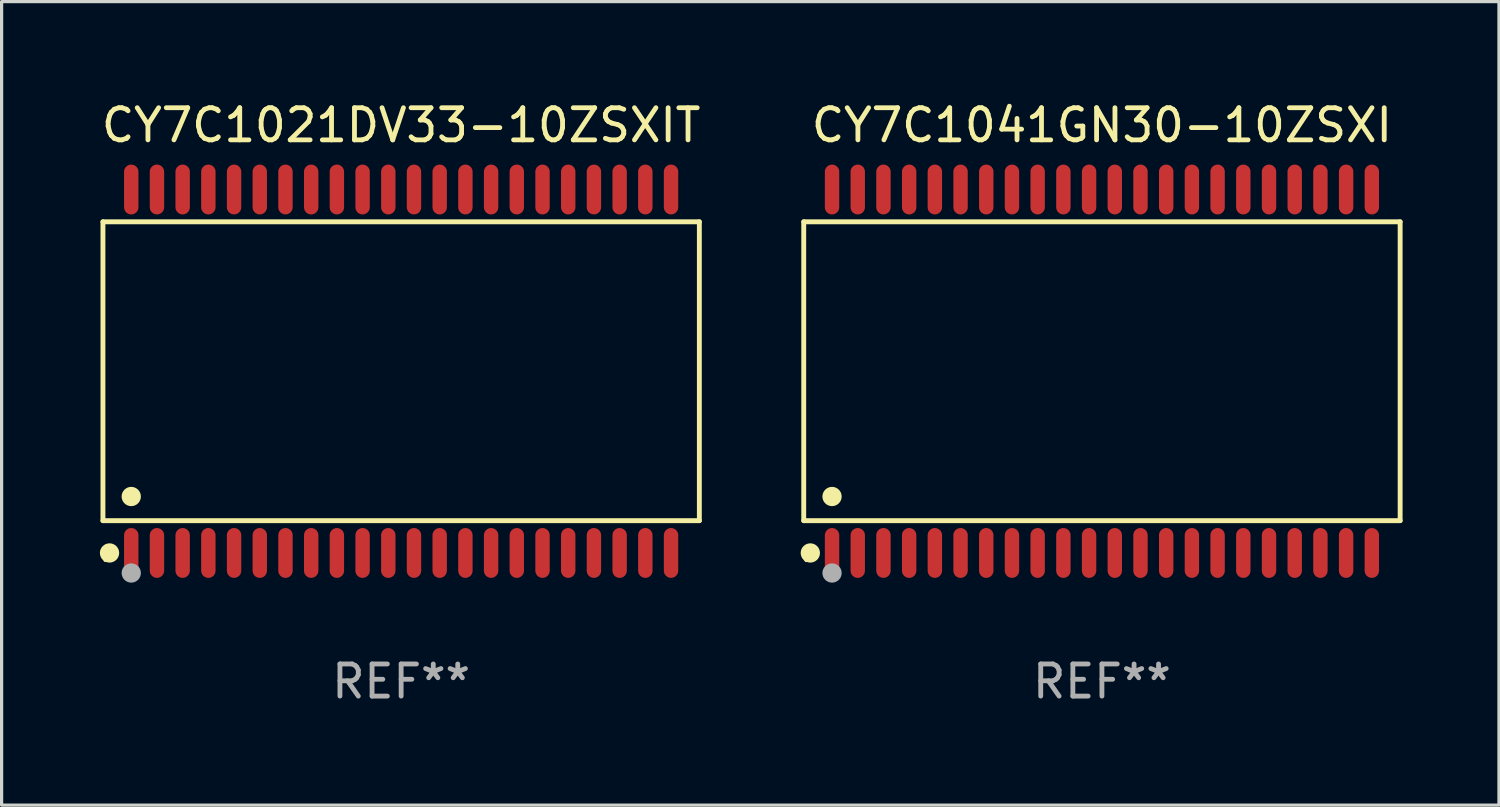
<source format=kicad_pcb>
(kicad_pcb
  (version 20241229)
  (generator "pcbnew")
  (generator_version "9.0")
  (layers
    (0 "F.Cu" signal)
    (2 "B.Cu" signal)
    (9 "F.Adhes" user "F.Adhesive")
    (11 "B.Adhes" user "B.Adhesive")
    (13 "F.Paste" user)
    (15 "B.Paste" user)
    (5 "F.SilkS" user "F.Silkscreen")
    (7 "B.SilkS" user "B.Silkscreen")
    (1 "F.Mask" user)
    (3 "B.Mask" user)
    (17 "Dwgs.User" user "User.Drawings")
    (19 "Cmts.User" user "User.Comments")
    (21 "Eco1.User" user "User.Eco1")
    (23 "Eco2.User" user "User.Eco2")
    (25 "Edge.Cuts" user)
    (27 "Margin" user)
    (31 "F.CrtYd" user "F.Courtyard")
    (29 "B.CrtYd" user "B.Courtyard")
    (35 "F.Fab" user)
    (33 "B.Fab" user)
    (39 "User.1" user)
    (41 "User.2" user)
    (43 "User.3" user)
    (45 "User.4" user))
  (footprint "CY7C1041GN30-10ZSXI"
    (layer "F.Cu")
    (at 31.246 8.504)
    (property "Reference" "CY7C1041GN30-10ZSXI" (at 0 -7.656 0) (layer "F.SilkS") (effects (font (size 1 1) (thickness 0.15))))
    (attr through_hole)
    (fp_line (start -9.281 -4.651) (end 9.281 -4.651) (stroke (width 0.152) (type solid)) (layer "F.SilkS"))
    (fp_line (start -9.281 4.651) (end -9.281 -4.651) (stroke (width 0.152) (type solid)) (layer "F.SilkS"))
    (fp_line (start 9.281 -4.651) (end 9.281 4.651) (stroke (width 0.152) (type solid)) (layer "F.SilkS"))
    (fp_line (start 9.281 4.651) (end -9.281 4.651) (stroke (width 0.152) (type solid)) (layer "F.SilkS"))
    (fp_circle (center -9.205 5.88) (end -9.175 5.88) (stroke (width 0.06) (type solid)) (fill no) (layer "F.SilkS"))
    (fp_circle (center -9.076 5.656) (end -8.926 5.656) (stroke (width 0.3) (type solid)) (fill no) (layer "F.SilkS"))
    (fp_circle (center -8.4 3.899) (end -8.25 3.899) (stroke (width 0.3) (type solid)) (fill no) (layer "F.SilkS"))
    (fp_circle (center -8.4 6.28) (end -8.25 6.28) (stroke (width 0.3) (type solid)) (fill no) (layer "F.Fab"))
    (fp_text user "REF**" (at 0 9.656 0) (layer "F.Fab") (effects (font (size 1 1) (thickness 0.15))))
    (pad "1" smd oval (at -8.4 5.656) (size 0.448 1.551) (layers "F.Cu" "F.Mask" "F.Paste"))
    (pad "2" smd oval (at -7.6 5.656) (size 0.448 1.551) (layers "F.Cu" "F.Mask" "F.Paste"))
    (pad "3" smd oval (at -6.8 5.656) (size 0.448 1.551) (layers "F.Cu" "F.Mask" "F.Paste"))
    (pad "4" smd oval (at -6 5.656) (size 0.448 1.551) (layers "F.Cu" "F.Mask" "F.Paste"))
    (pad "5" smd oval (at -5.2 5.656) (size 0.448 1.551) (layers "F.Cu" "F.Mask" "F.Paste"))
    (pad "6" smd oval (at -4.4 5.656) (size 0.448 1.551) (layers "F.Cu" "F.Mask" "F.Paste"))
    (pad "7" smd oval (at -3.6 5.656) (size 0.448 1.551) (layers "F.Cu" "F.Mask" "F.Paste"))
    (pad "8" smd oval (at -2.8 5.656) (size 0.448 1.551) (layers "F.Cu" "F.Mask" "F.Paste"))
    (pad "9" smd oval (at -2 5.656) (size 0.448 1.551) (layers "F.Cu" "F.Mask" "F.Paste"))
    (pad "10" smd oval (at -1.2 5.656) (size 0.448 1.551) (layers "F.Cu" "F.Mask" "F.Paste"))
    (pad "11" smd oval (at -0.4 5.656) (size 0.448 1.551) (layers "F.Cu" "F.Mask" "F.Paste"))
    (pad "12" smd oval (at 0.4 5.656) (size 0.448 1.551) (layers "F.Cu" "F.Mask" "F.Paste"))
    (pad "13" smd oval (at 1.2 5.656) (size 0.448 1.551) (layers "F.Cu" "F.Mask" "F.Paste"))
    (pad "14" smd oval (at 2 5.656) (size 0.448 1.551) (layers "F.Cu" "F.Mask" "F.Paste"))
    (pad "15" smd oval (at 2.8 5.656) (size 0.448 1.551) (layers "F.Cu" "F.Mask" "F.Paste"))
    (pad "16" smd oval (at 3.6 5.656) (size 0.448 1.551) (layers "F.Cu" "F.Mask" "F.Paste"))
    (pad "17" smd oval (at 4.4 5.656) (size 0.448 1.551) (layers "F.Cu" "F.Mask" "F.Paste"))
    (pad "18" smd oval (at 5.2 5.656) (size 0.448 1.551) (layers "F.Cu" "F.Mask" "F.Paste"))
    (pad "19" smd oval (at 6 5.656) (size 0.448 1.551) (layers "F.Cu" "F.Mask" "F.Paste"))
    (pad "20" smd oval (at 6.8 5.656) (size 0.448 1.551) (layers "F.Cu" "F.Mask" "F.Paste"))
    (pad "21" smd oval (at 7.6 5.656) (size 0.448 1.551) (layers "F.Cu" "F.Mask" "F.Paste"))
    (pad "22" smd oval (at 8.4 5.656) (size 0.448 1.551) (layers "F.Cu" "F.Mask" "F.Paste"))
    (pad "23" smd oval (at 8.4 -5.656) (size 0.448 1.551) (layers "F.Cu" "F.Mask" "F.Paste"))
    (pad "24" smd oval (at 7.6 -5.656) (size 0.448 1.551) (layers "F.Cu" "F.Mask" "F.Paste"))
    (pad "25" smd oval (at 6.8 -5.656) (size 0.448 1.551) (layers "F.Cu" "F.Mask" "F.Paste"))
    (pad "26" smd oval (at 6 -5.656) (size 0.448 1.551) (layers "F.Cu" "F.Mask" "F.Paste"))
    (pad "27" smd oval (at 5.2 -5.656) (size 0.448 1.551) (layers "F.Cu" "F.Mask" "F.Paste"))
    (pad "28" smd oval (at 4.4 -5.656) (size 0.448 1.551) (layers "F.Cu" "F.Mask" "F.Paste"))
    (pad "29" smd oval (at 3.6 -5.656) (size 0.448 1.551) (layers "F.Cu" "F.Mask" "F.Paste"))
    (pad "30" smd oval (at 2.8 -5.656) (size 0.448 1.551) (layers "F.Cu" "F.Mask" "F.Paste"))
    (pad "31" smd oval (at 2 -5.656) (size 0.448 1.551) (layers "F.Cu" "F.Mask" "F.Paste"))
    (pad "32" smd oval (at 1.2 -5.656) (size 0.448 1.551) (layers "F.Cu" "F.Mask" "F.Paste"))
    (pad "33" smd oval (at 0.4 -5.656) (size 0.448 1.551) (layers "F.Cu" "F.Mask" "F.Paste"))
    (pad "34" smd oval (at -0.4 -5.656) (size 0.448 1.551) (layers "F.Cu" "F.Mask" "F.Paste"))
    (pad "35" smd oval (at -1.2 -5.656) (size 0.448 1.551) (layers "F.Cu" "F.Mask" "F.Paste"))
    (pad "36" smd oval (at -2 -5.656) (size 0.448 1.551) (layers "F.Cu" "F.Mask" "F.Paste"))
    (pad "37" smd oval (at -2.8 -5.656) (size 0.448 1.551) (layers "F.Cu" "F.Mask" "F.Paste"))
    (pad "38" smd oval (at -3.6 -5.656) (size 0.448 1.551) (layers "F.Cu" "F.Mask" "F.Paste"))
    (pad "39" smd oval (at -4.4 -5.656) (size 0.448 1.551) (layers "F.Cu" "F.Mask" "F.Paste"))
    (pad "40" smd oval (at -5.2 -5.656) (size 0.448 1.551) (layers "F.Cu" "F.Mask" "F.Paste"))
    (pad "41" smd oval (at -6 -5.656) (size 0.448 1.551) (layers "F.Cu" "F.Mask" "F.Paste"))
    (pad "42" smd oval (at -6.8 -5.656) (size 0.448 1.551) (layers "F.Cu" "F.Mask" "F.Paste"))
    (pad "43" smd oval (at -7.6 -5.656) (size 0.448 1.551) (layers "F.Cu" "F.Mask" "F.Paste"))
    (pad "44" smd oval (at -8.4 -5.656) (size 0.448 1.551) (layers "F.Cu" "F.Mask" "F.Paste")))
  (footprint "CY7C1021DV33-10ZSXIT"
    (layer "F.Cu")
    (at 9.435 8.504)
    (property "Reference" "CY7C1021DV33-10ZSXIT" (at 0 -7.656 0) (layer "F.SilkS") (effects (font (size 1 1) (thickness 0.15))))
    (attr through_hole)
    (fp_line (start -9.281 -4.651) (end 9.281 -4.651) (stroke (width 0.152) (type solid)) (layer "F.SilkS"))
    (fp_line (start -9.281 4.651) (end -9.281 -4.651) (stroke (width 0.152) (type solid)) (layer "F.SilkS"))
    (fp_line (start 9.281 -4.651) (end 9.281 4.651) (stroke (width 0.152) (type solid)) (layer "F.SilkS"))
    (fp_line (start 9.281 4.651) (end -9.281 4.651) (stroke (width 0.152) (type solid)) (layer "F.SilkS"))
    (fp_circle (center -9.205 5.88) (end -9.175 5.88) (stroke (width 0.06) (type solid)) (fill no) (layer "F.SilkS"))
    (fp_circle (center -9.076 5.656) (end -8.926 5.656) (stroke (width 0.3) (type solid)) (fill no) (layer "F.SilkS"))
    (fp_circle (center -8.4 3.899) (end -8.25 3.899) (stroke (width 0.3) (type solid)) (fill no) (layer "F.SilkS"))
    (fp_circle (center -8.4 6.28) (end -8.25 6.28) (stroke (width 0.3) (type solid)) (fill no) (layer "F.Fab"))
    (fp_text user "REF**" (at 0 9.656 0) (layer "F.Fab") (effects (font (size 1 1) (thickness 0.15))))
    (pad "1" smd oval (at -8.4 5.656) (size 0.448 1.551) (layers "F.Cu" "F.Mask" "F.Paste"))
    (pad "2" smd oval (at -7.6 5.656) (size 0.448 1.551) (layers "F.Cu" "F.Mask" "F.Paste"))
    (pad "3" smd oval (at -6.8 5.656) (size 0.448 1.551) (layers "F.Cu" "F.Mask" "F.Paste"))
    (pad "4" smd oval (at -6 5.656) (size 0.448 1.551) (layers "F.Cu" "F.Mask" "F.Paste"))
    (pad "5" smd oval (at -5.2 5.656) (size 0.448 1.551) (layers "F.Cu" "F.Mask" "F.Paste"))
    (pad "6" smd oval (at -4.4 5.656) (size 0.448 1.551) (layers "F.Cu" "F.Mask" "F.Paste"))
    (pad "7" smd oval (at -3.6 5.656) (size 0.448 1.551) (layers "F.Cu" "F.Mask" "F.Paste"))
    (pad "8" smd oval (at -2.8 5.656) (size 0.448 1.551) (layers "F.Cu" "F.Mask" "F.Paste"))
    (pad "9" smd oval (at -2 5.656) (size 0.448 1.551) (layers "F.Cu" "F.Mask" "F.Paste"))
    (pad "10" smd oval (at -1.2 5.656) (size 0.448 1.551) (layers "F.Cu" "F.Mask" "F.Paste"))
    (pad "11" smd oval (at -0.4 5.656) (size 0.448 1.551) (layers "F.Cu" "F.Mask" "F.Paste"))
    (pad "12" smd oval (at 0.4 5.656) (size 0.448 1.551) (layers "F.Cu" "F.Mask" "F.Paste"))
    (pad "13" smd oval (at 1.2 5.656) (size 0.448 1.551) (layers "F.Cu" "F.Mask" "F.Paste"))
    (pad "14" smd oval (at 2 5.656) (size 0.448 1.551) (layers "F.Cu" "F.Mask" "F.Paste"))
    (pad "15" smd oval (at 2.8 5.656) (size 0.448 1.551) (layers "F.Cu" "F.Mask" "F.Paste"))
    (pad "16" smd oval (at 3.6 5.656) (size 0.448 1.551) (layers "F.Cu" "F.Mask" "F.Paste"))
    (pad "17" smd oval (at 4.4 5.656) (size 0.448 1.551) (layers "F.Cu" "F.Mask" "F.Paste"))
    (pad "18" smd oval (at 5.2 5.656) (size 0.448 1.551) (layers "F.Cu" "F.Mask" "F.Paste"))
    (pad "19" smd oval (at 6 5.656) (size 0.448 1.551) (layers "F.Cu" "F.Mask" "F.Paste"))
    (pad "20" smd oval (at 6.8 5.656) (size 0.448 1.551) (layers "F.Cu" "F.Mask" "F.Paste"))
    (pad "21" smd oval (at 7.6 5.656) (size 0.448 1.551) (layers "F.Cu" "F.Mask" "F.Paste"))
    (pad "22" smd oval (at 8.4 5.656) (size 0.448 1.551) (layers "F.Cu" "F.Mask" "F.Paste"))
    (pad "23" smd oval (at 8.4 -5.656) (size 0.448 1.551) (layers "F.Cu" "F.Mask" "F.Paste"))
    (pad "24" smd oval (at 7.6 -5.656) (size 0.448 1.551) (layers "F.Cu" "F.Mask" "F.Paste"))
    (pad "25" smd oval (at 6.8 -5.656) (size 0.448 1.551) (layers "F.Cu" "F.Mask" "F.Paste"))
    (pad "26" smd oval (at 6 -5.656) (size 0.448 1.551) (layers "F.Cu" "F.Mask" "F.Paste"))
    (pad "27" smd oval (at 5.2 -5.656) (size 0.448 1.551) (layers "F.Cu" "F.Mask" "F.Paste"))
    (pad "28" smd oval (at 4.4 -5.656) (size 0.448 1.551) (layers "F.Cu" "F.Mask" "F.Paste"))
    (pad "29" smd oval (at 3.6 -5.656) (size 0.448 1.551) (layers "F.Cu" "F.Mask" "F.Paste"))
    (pad "30" smd oval (at 2.8 -5.656) (size 0.448 1.551) (layers "F.Cu" "F.Mask" "F.Paste"))
    (pad "31" smd oval (at 2 -5.656) (size 0.448 1.551) (layers "F.Cu" "F.Mask" "F.Paste"))
    (pad "32" smd oval (at 1.2 -5.656) (size 0.448 1.551) (layers "F.Cu" "F.Mask" "F.Paste"))
    (pad "33" smd oval (at 0.4 -5.656) (size 0.448 1.551) (layers "F.Cu" "F.Mask" "F.Paste"))
    (pad "34" smd oval (at -0.4 -5.656) (size 0.448 1.551) (layers "F.Cu" "F.Mask" "F.Paste"))
    (pad "35" smd oval (at -1.2 -5.656) (size 0.448 1.551) (layers "F.Cu" "F.Mask" "F.Paste"))
    (pad "36" smd oval (at -2 -5.656) (size 0.448 1.551) (layers "F.Cu" "F.Mask" "F.Paste"))
    (pad "37" smd oval (at -2.8 -5.656) (size 0.448 1.551) (layers "F.Cu" "F.Mask" "F.Paste"))
    (pad "38" smd oval (at -3.6 -5.656) (size 0.448 1.551) (layers "F.Cu" "F.Mask" "F.Paste"))
    (pad "39" smd oval (at -4.4 -5.656) (size 0.448 1.551) (layers "F.Cu" "F.Mask" "F.Paste"))
    (pad "40" smd oval (at -5.2 -5.656) (size 0.448 1.551) (layers "F.Cu" "F.Mask" "F.Paste"))
    (pad "41" smd oval (at -6 -5.656) (size 0.448 1.551) (layers "F.Cu" "F.Mask" "F.Paste"))
    (pad "42" smd oval (at -6.8 -5.656) (size 0.448 1.551) (layers "F.Cu" "F.Mask" "F.Paste"))
    (pad "43" smd oval (at -7.6 -5.656) (size 0.448 1.551) (layers "F.Cu" "F.Mask" "F.Paste"))
    (pad "44" smd oval (at -8.4 -5.656) (size 0.448 1.551) (layers "F.Cu" "F.Mask" "F.Paste")))
  (gr_rect
    (start -3 -3)
    (end 43.603 22.008)
    (stroke (width 0.1) (type default))
    (fill no)
    (layer "Edge.Cuts")))
</source>
